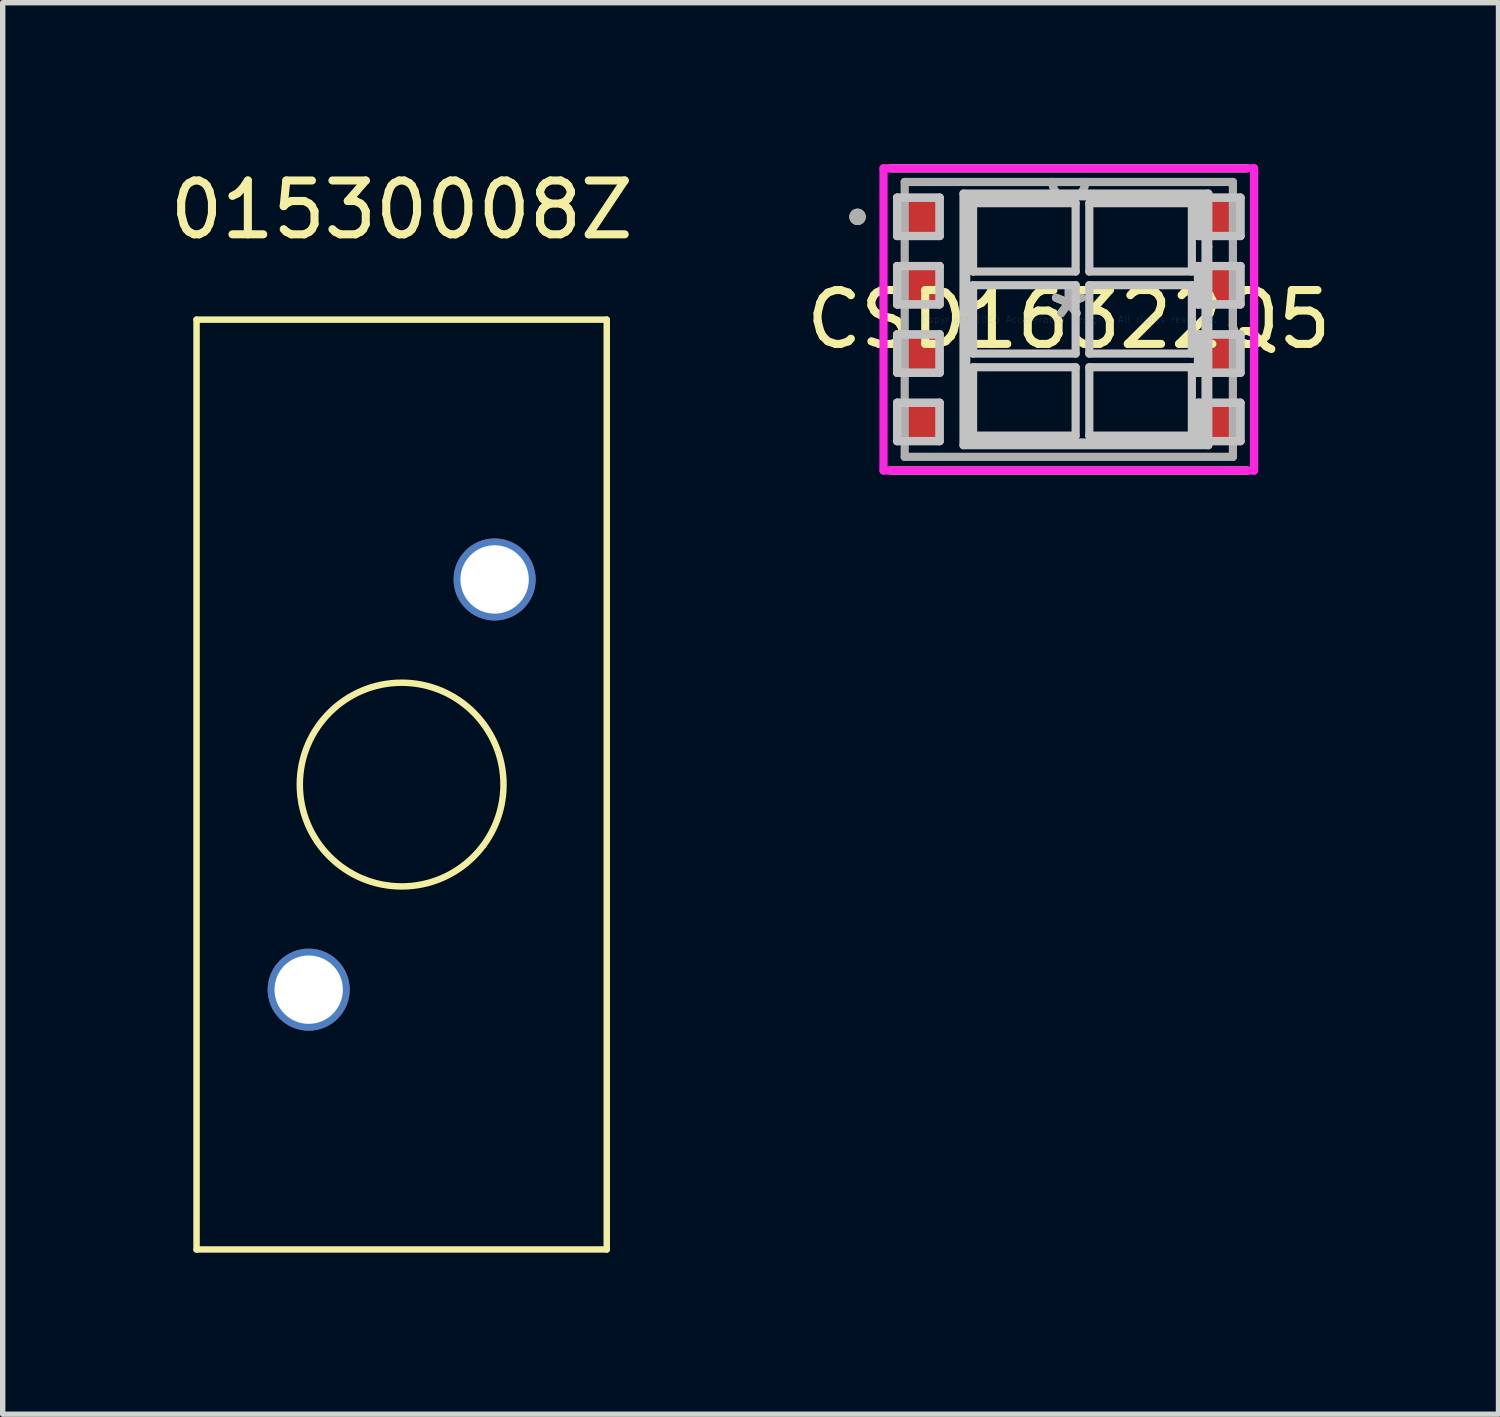
<source format=kicad_pcb>
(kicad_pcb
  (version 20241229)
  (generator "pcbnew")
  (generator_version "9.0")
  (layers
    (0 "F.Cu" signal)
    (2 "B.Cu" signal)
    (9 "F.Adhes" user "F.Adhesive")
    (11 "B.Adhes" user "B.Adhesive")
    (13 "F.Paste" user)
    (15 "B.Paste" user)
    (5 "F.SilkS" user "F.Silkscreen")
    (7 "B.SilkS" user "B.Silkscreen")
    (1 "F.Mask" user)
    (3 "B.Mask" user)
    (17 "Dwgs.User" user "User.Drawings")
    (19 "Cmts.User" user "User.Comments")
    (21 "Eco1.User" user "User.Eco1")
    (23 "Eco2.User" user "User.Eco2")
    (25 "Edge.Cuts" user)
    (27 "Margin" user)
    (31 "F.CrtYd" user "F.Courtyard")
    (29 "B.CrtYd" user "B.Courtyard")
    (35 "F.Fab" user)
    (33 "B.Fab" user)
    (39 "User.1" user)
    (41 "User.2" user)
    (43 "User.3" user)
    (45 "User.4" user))
  (footprint "01530008Z"
    (layer "F.Cu")
    (at 4.411 0.348)
    (property "Reference" "01530008Z" (at 0 0.5 0) (layer "F.SilkS") (effects (font (size 1 1) (thickness 0.15))))
    (attr through_hole)
    (fp_line (start -3.81 2.54) (end -3.81 19.812) (stroke (width 0.12) (type solid)) (layer "F.SilkS"))
    (fp_line (start -3.81 2.54) (end 3.81 2.54) (stroke (width 0.12) (type solid)) (layer "F.SilkS"))
    (fp_line (start -3.81 19.812) (end 3.81 19.812) (stroke (width 0.12) (type solid)) (layer "F.SilkS"))
    (fp_line (start 3.81 2.54) (end 3.81 19.812) (stroke (width 0.12) (type solid)) (layer "F.SilkS"))
    (fp_circle (center 0 11.176) (end 1.892 11.176) (stroke (width 0.12) (type solid)) (fill no) (layer "F.SilkS"))
    (pad "1" thru_hole circle (at 1.727 7.366) (size 1.524 1.524) (drill 1.27) (layers "*.Cu" "*.Mask"))
    (pad "2" thru_hole circle (at -1.727 14.986) (size 1.524 1.524) (drill 1.27) (layers "*.Cu" "*.Mask")))
  (footprint "CSD16322Q5"
    (layer "F.Cu")
    (at 16.804 2.883)
    (property "Reference" "CSD16322Q5" (at 0 0 0) (layer "F.SilkS") (effects (font (size 1 1) (thickness 0.15))))
    (attr through_hole)
    (fp_line (start -3.302 2.807) (end 3.302 2.807) (stroke (width 0.152) (type solid)) (layer "F.SilkS"))
    (fp_line (start 3.302 -2.807) (end -3.302 -2.807) (stroke (width 0.152) (type solid)) (layer "F.SilkS"))
    (fp_circle (center -3.924 -1.905) (end -3.848 -1.905) (stroke (width 0.152) (type solid)) (fill no) (layer "F.SilkS"))
    (fp_line (start -3.189 -2.262) (end -3.189 -1.548) (stroke (width 0.152) (type solid)) (layer "Dwgs.User"))
    (fp_line (start -3.189 -1.548) (end -2.399 -1.548) (stroke (width 0.152) (type solid)) (layer "Dwgs.User"))
    (fp_line (start -3.189 -0.992) (end -3.189 -0.278) (stroke (width 0.152) (type solid)) (layer "Dwgs.User"))
    (fp_line (start -3.189 -0.278) (end -2.399 -0.278) (stroke (width 0.152) (type solid)) (layer "Dwgs.User"))
    (fp_line (start -3.189 0.278) (end -3.189 0.992) (stroke (width 0.152) (type solid)) (layer "Dwgs.User"))
    (fp_line (start -3.189 0.992) (end -2.399 0.992) (stroke (width 0.152) (type solid)) (layer "Dwgs.User"))
    (fp_line (start -3.189 1.548) (end -3.189 2.262) (stroke (width 0.152) (type solid)) (layer "Dwgs.User"))
    (fp_line (start -3.189 2.262) (end -2.399 2.262) (stroke (width 0.152) (type solid)) (layer "Dwgs.User"))
    (fp_line (start -3.187 -2.26) (end -3.187 -1.55) (stroke (width 0.152) (type solid)) (layer "Dwgs.User"))
    (fp_line (start -3.187 -1.55) (end -2.401 -1.55) (stroke (width 0.152) (type solid)) (layer "Dwgs.User"))
    (fp_line (start -3.187 -0.99) (end -3.187 -0.28) (stroke (width 0.152) (type solid)) (layer "Dwgs.User"))
    (fp_line (start -3.187 -0.28) (end -2.401 -0.28) (stroke (width 0.152) (type solid)) (layer "Dwgs.User"))
    (fp_line (start -3.187 0.28) (end -3.187 0.99) (stroke (width 0.152) (type solid)) (layer "Dwgs.User"))
    (fp_line (start -3.187 0.99) (end -2.401 0.99) (stroke (width 0.152) (type solid)) (layer "Dwgs.User"))
    (fp_line (start -3.187 1.55) (end -3.187 2.26) (stroke (width 0.152) (type solid)) (layer "Dwgs.User"))
    (fp_line (start -3.187 2.26) (end -2.401 2.26) (stroke (width 0.152) (type solid)) (layer "Dwgs.User"))
    (fp_line (start -2.401 -2.26) (end -3.187 -2.26) (stroke (width 0.152) (type solid)) (layer "Dwgs.User"))
    (fp_line (start -2.401 -1.55) (end -2.401 -2.26) (stroke (width 0.152) (type solid)) (layer "Dwgs.User"))
    (fp_line (start -2.401 -0.99) (end -3.187 -0.99) (stroke (width 0.152) (type solid)) (layer "Dwgs.User"))
    (fp_line (start -2.401 -0.28) (end -2.401 -0.99) (stroke (width 0.152) (type solid)) (layer "Dwgs.User"))
    (fp_line (start -2.401 0.28) (end -3.187 0.28) (stroke (width 0.152) (type solid)) (layer "Dwgs.User"))
    (fp_line (start -2.401 0.99) (end -2.401 0.28) (stroke (width 0.152) (type solid)) (layer "Dwgs.User"))
    (fp_line (start -2.401 1.55) (end -3.187 1.55) (stroke (width 0.152) (type solid)) (layer "Dwgs.User"))
    (fp_line (start -2.401 2.26) (end -2.401 1.55) (stroke (width 0.152) (type solid)) (layer "Dwgs.User"))
    (fp_line (start -2.399 -2.262) (end -3.189 -2.262) (stroke (width 0.152) (type solid)) (layer "Dwgs.User"))
    (fp_line (start -2.399 -1.548) (end -2.399 -2.262) (stroke (width 0.152) (type solid)) (layer "Dwgs.User"))
    (fp_line (start -2.399 -0.992) (end -3.189 -0.992) (stroke (width 0.152) (type solid)) (layer "Dwgs.User"))
    (fp_line (start -2.399 -0.278) (end -2.399 -0.992) (stroke (width 0.152) (type solid)) (layer "Dwgs.User"))
    (fp_line (start -2.399 0.278) (end -3.189 0.278) (stroke (width 0.152) (type solid)) (layer "Dwgs.User"))
    (fp_line (start -2.399 0.992) (end -2.399 0.278) (stroke (width 0.152) (type solid)) (layer "Dwgs.User"))
    (fp_line (start -2.399 1.548) (end -3.189 1.548) (stroke (width 0.152) (type solid)) (layer "Dwgs.User"))
    (fp_line (start -2.399 2.262) (end -2.399 1.548) (stroke (width 0.152) (type solid)) (layer "Dwgs.User"))
    (fp_line (start -1.956 -2.337) (end -1.956 2.337) (stroke (width 0.152) (type solid)) (layer "Dwgs.User"))
    (fp_line (start -1.956 2.337) (end 2.591 2.337) (stroke (width 0.152) (type solid)) (layer "Dwgs.User"))
    (fp_line (start -1.905 -2.286) (end -1.905 -1.905) (stroke (width 0.152) (type solid)) (layer "Dwgs.User"))
    (fp_line (start -1.905 -1.905) (end -1.905 1.905) (stroke (width 0.152) (type solid)) (layer "Dwgs.User"))
    (fp_line (start -1.905 1.905) (end -1.905 2.286) (stroke (width 0.152) (type solid)) (layer "Dwgs.User"))
    (fp_line (start -1.905 2.286) (end 2.54 2.286) (stroke (width 0.152) (type solid)) (layer "Dwgs.User"))
    (fp_line (start -1.778 -2.159) (end 0.127 -2.159) (stroke (width 0.152) (type solid)) (layer "Dwgs.User"))
    (fp_line (start -1.778 -0.889) (end -1.778 -2.159) (stroke (width 0.152) (type solid)) (layer "Dwgs.User"))
    (fp_line (start -1.778 -0.635) (end 0.127 -0.635) (stroke (width 0.152) (type solid)) (layer "Dwgs.User"))
    (fp_line (start -1.778 0.635) (end -1.778 -0.635) (stroke (width 0.152) (type solid)) (layer "Dwgs.User"))
    (fp_line (start -1.778 0.889) (end 0.127 0.889) (stroke (width 0.152) (type solid)) (layer "Dwgs.User"))
    (fp_line (start -1.778 2.159) (end -1.778 0.889) (stroke (width 0.152) (type solid)) (layer "Dwgs.User"))
    (fp_line (start 0.127 -2.159) (end 0.127 -0.889) (stroke (width 0.152) (type solid)) (layer "Dwgs.User"))
    (fp_line (start 0.127 -0.889) (end -1.778 -0.889) (stroke (width 0.152) (type solid)) (layer "Dwgs.User"))
    (fp_line (start 0.127 -0.635) (end 0.127 0.635) (stroke (width 0.152) (type solid)) (layer "Dwgs.User"))
    (fp_line (start 0.127 0.635) (end -1.778 0.635) (stroke (width 0.152) (type solid)) (layer "Dwgs.User"))
    (fp_line (start 0.127 0.889) (end 0.127 2.159) (stroke (width 0.152) (type solid)) (layer "Dwgs.User"))
    (fp_line (start 0.127 2.159) (end -1.778 2.159) (stroke (width 0.152) (type solid)) (layer "Dwgs.User"))
    (fp_line (start 0.381 -2.159) (end 2.286 -2.159) (stroke (width 0.152) (type solid)) (layer "Dwgs.User"))
    (fp_line (start 0.381 -0.889) (end 0.381 -2.159) (stroke (width 0.152) (type solid)) (layer "Dwgs.User"))
    (fp_line (start 0.381 -0.635) (end 2.286 -0.635) (stroke (width 0.152) (type solid)) (layer "Dwgs.User"))
    (fp_line (start 0.381 0.635) (end 0.381 -0.635) (stroke (width 0.152) (type solid)) (layer "Dwgs.User"))
    (fp_line (start 0.381 0.889) (end 2.286 0.889) (stroke (width 0.152) (type solid)) (layer "Dwgs.User"))
    (fp_line (start 0.381 2.159) (end 0.381 0.889) (stroke (width 0.152) (type solid)) (layer "Dwgs.User"))
    (fp_line (start 2.286 -2.159) (end 2.286 -0.889) (stroke (width 0.152) (type solid)) (layer "Dwgs.User"))
    (fp_line (start 2.286 -0.889) (end 0.381 -0.889) (stroke (width 0.152) (type solid)) (layer "Dwgs.User"))
    (fp_line (start 2.286 -0.635) (end 2.286 0.635) (stroke (width 0.152) (type solid)) (layer "Dwgs.User"))
    (fp_line (start 2.286 0.635) (end 0.381 0.635) (stroke (width 0.152) (type solid)) (layer "Dwgs.User"))
    (fp_line (start 2.286 0.889) (end 2.286 2.159) (stroke (width 0.152) (type solid)) (layer "Dwgs.User"))
    (fp_line (start 2.286 2.159) (end 0.381 2.159) (stroke (width 0.152) (type solid)) (layer "Dwgs.User"))
    (fp_line (start 2.399 -2.262) (end 2.399 -1.548) (stroke (width 0.152) (type solid)) (layer "Dwgs.User"))
    (fp_line (start 2.399 -1.548) (end 3.189 -1.548) (stroke (width 0.152) (type solid)) (layer "Dwgs.User"))
    (fp_line (start 2.399 -0.992) (end 2.399 -0.278) (stroke (width 0.152) (type solid)) (layer "Dwgs.User"))
    (fp_line (start 2.399 -0.278) (end 3.189 -0.278) (stroke (width 0.152) (type solid)) (layer "Dwgs.User"))
    (fp_line (start 2.399 0.278) (end 2.399 0.992) (stroke (width 0.152) (type solid)) (layer "Dwgs.User"))
    (fp_line (start 2.399 0.992) (end 3.189 0.992) (stroke (width 0.152) (type solid)) (layer "Dwgs.User"))
    (fp_line (start 2.399 1.548) (end 2.399 2.262) (stroke (width 0.152) (type solid)) (layer "Dwgs.User"))
    (fp_line (start 2.399 2.262) (end 3.189 2.262) (stroke (width 0.152) (type solid)) (layer "Dwgs.User"))
    (fp_line (start 2.401 -2.26) (end 2.401 -1.55) (stroke (width 0.152) (type solid)) (layer "Dwgs.User"))
    (fp_line (start 2.401 -1.55) (end 3.187 -1.55) (stroke (width 0.152) (type solid)) (layer "Dwgs.User"))
    (fp_line (start 2.401 -0.99) (end 2.401 -0.28) (stroke (width 0.152) (type solid)) (layer "Dwgs.User"))
    (fp_line (start 2.401 -0.28) (end 3.187 -0.28) (stroke (width 0.152) (type solid)) (layer "Dwgs.User"))
    (fp_line (start 2.401 0.28) (end 2.401 0.99) (stroke (width 0.152) (type solid)) (layer "Dwgs.User"))
    (fp_line (start 2.401 0.99) (end 3.187 0.99) (stroke (width 0.152) (type solid)) (layer "Dwgs.User"))
    (fp_line (start 2.401 1.55) (end 2.401 2.26) (stroke (width 0.152) (type solid)) (layer "Dwgs.User"))
    (fp_line (start 2.401 2.26) (end 3.187 2.26) (stroke (width 0.152) (type solid)) (layer "Dwgs.User"))
    (fp_line (start 2.54 -2.286) (end -1.905 -2.286) (stroke (width 0.152) (type solid)) (layer "Dwgs.User"))
    (fp_line (start 2.54 2.286) (end 2.54 -2.286) (stroke (width 0.152) (type solid)) (layer "Dwgs.User"))
    (fp_line (start 2.591 -2.337) (end -1.956 -2.337) (stroke (width 0.152) (type solid)) (layer "Dwgs.User"))
    (fp_line (start 2.591 -1.346) (end 2.591 -2.337) (stroke (width 0.152) (type solid)) (layer "Dwgs.User"))
    (fp_line (start 2.591 2.337) (end 2.591 -1.346) (stroke (width 0.152) (type solid)) (layer "Dwgs.User"))
    (fp_line (start 3.187 -2.26) (end 2.401 -2.26) (stroke (width 0.152) (type solid)) (layer "Dwgs.User"))
    (fp_line (start 3.187 -1.55) (end 3.187 -2.26) (stroke (width 0.152) (type solid)) (layer "Dwgs.User"))
    (fp_line (start 3.187 -0.99) (end 2.401 -0.99) (stroke (width 0.152) (type solid)) (layer "Dwgs.User"))
    (fp_line (start 3.187 -0.28) (end 3.187 -0.99) (stroke (width 0.152) (type solid)) (layer "Dwgs.User"))
    (fp_line (start 3.187 0.28) (end 2.401 0.28) (stroke (width 0.152) (type solid)) (layer "Dwgs.User"))
    (fp_line (start 3.187 0.99) (end 3.187 0.28) (stroke (width 0.152) (type solid)) (layer "Dwgs.User"))
    (fp_line (start 3.187 1.55) (end 2.401 1.55) (stroke (width 0.152) (type solid)) (layer "Dwgs.User"))
    (fp_line (start 3.187 2.26) (end 3.187 1.55) (stroke (width 0.152) (type solid)) (layer "Dwgs.User"))
    (fp_line (start 3.189 -2.262) (end 2.399 -2.262) (stroke (width 0.152) (type solid)) (layer "Dwgs.User"))
    (fp_line (start 3.189 -1.548) (end 3.189 -2.262) (stroke (width 0.152) (type solid)) (layer "Dwgs.User"))
    (fp_line (start 3.189 -0.992) (end 2.399 -0.992) (stroke (width 0.152) (type solid)) (layer "Dwgs.User"))
    (fp_line (start 3.189 -0.278) (end 3.189 -0.992) (stroke (width 0.152) (type solid)) (layer "Dwgs.User"))
    (fp_line (start 3.189 0.278) (end 2.399 0.278) (stroke (width 0.152) (type solid)) (layer "Dwgs.User"))
    (fp_line (start 3.189 0.992) (end 3.189 0.278) (stroke (width 0.152) (type solid)) (layer "Dwgs.User"))
    (fp_line (start 3.189 1.548) (end 2.399 1.548) (stroke (width 0.152) (type solid)) (layer "Dwgs.User"))
    (fp_line (start 3.189 2.262) (end 3.189 1.548) (stroke (width 0.152) (type solid)) (layer "Dwgs.User"))
    (fp_line (start -3.442 -2.807) (end 3.442 -2.807) (stroke (width 0.152) (type solid)) (layer "F.CrtYd"))
    (fp_line (start -3.442 2.807) (end -3.442 -2.807) (stroke (width 0.152) (type solid)) (layer "F.CrtYd"))
    (fp_line (start 3.442 -2.807) (end 3.442 2.807) (stroke (width 0.152) (type solid)) (layer "F.CrtYd"))
    (fp_line (start 3.442 2.807) (end -3.442 2.807) (stroke (width 0.152) (type solid)) (layer "F.CrtYd"))
    (fp_line (start -3.048 -2.553) (end -3.048 2.553) (stroke (width 0.152) (type solid)) (layer "F.Fab"))
    (fp_line (start -3.048 2.553) (end 3.048 2.553) (stroke (width 0.152) (type solid)) (layer "F.Fab"))
    (fp_line (start 3.048 -2.553) (end -3.048 -2.553) (stroke (width 0.152) (type solid)) (layer "F.Fab"))
    (fp_line (start 3.048 2.553) (end 3.048 -2.553) (stroke (width 0.152) (type solid)) (layer "F.Fab"))
    (fp_arc (start 0.3048 -2.5527) (mid 0 -2.2479) (end -0.3048 -2.5527) (stroke (width 0.1524) (type solid)) (layer "F.Fab"))
    (fp_circle (center -3.924 -1.905) (end -3.848 -1.905) (stroke (width 0.152) (type solid)) (fill no) (layer "F.Fab"))
    (fp_text user "*" (at 0 0 0) (layer "F.SilkS") (effects (font (size 1 1) (thickness 0.15))))
    (fp_text user "Copyright 2016 Accelerated Designs. All rights reserved." (at 0 0 0) (layer "Cmts.User") (effects (font (size 0.127 0.127) (thickness 0.002))))
    (fp_text user "*" (at 0 0 0) (layer "F.Fab") (effects (font (size 1 1) (thickness 0.15))))
    (pad "1" smd rect (at -2.794 -1.905) (size 0.787 0.711) (layers "F.Cu" "F.Mask" "F.Paste"))
    (pad "2" smd rect (at -2.794 -0.635) (size 0.787 0.711) (layers "F.Cu" "F.Mask" "F.Paste"))
    (pad "3" smd rect (at -2.794 0.635) (size 0.787 0.711) (layers "F.Cu" "F.Mask" "F.Paste"))
    (pad "4" smd rect (at -2.794 1.905) (size 0.787 0.711) (layers "F.Cu" "F.Mask" "F.Paste"))
    (pad "5" smd rect (at 2.794 1.905) (size 0.787 0.711) (layers "F.Cu" "F.Mask" "F.Paste"))
    (pad "6" smd rect (at 2.794 0.635) (size 0.787 0.711) (layers "F.Cu" "F.Mask" "F.Paste"))
    (pad "7" smd rect (at 2.794 -0.635) (size 0.787 0.711) (layers "F.Cu" "F.Mask" "F.Paste"))
    (pad "8" smd rect (at 2.794 -1.905) (size 0.787 0.711) (layers "F.Cu" "F.Mask" "F.Paste")))
  (gr_rect
    (start -3 -3)
    (end 24.786 23.22)
    (stroke (width 0.1) (type default))
    (fill no)
    (layer "Edge.Cuts")))
</source>
